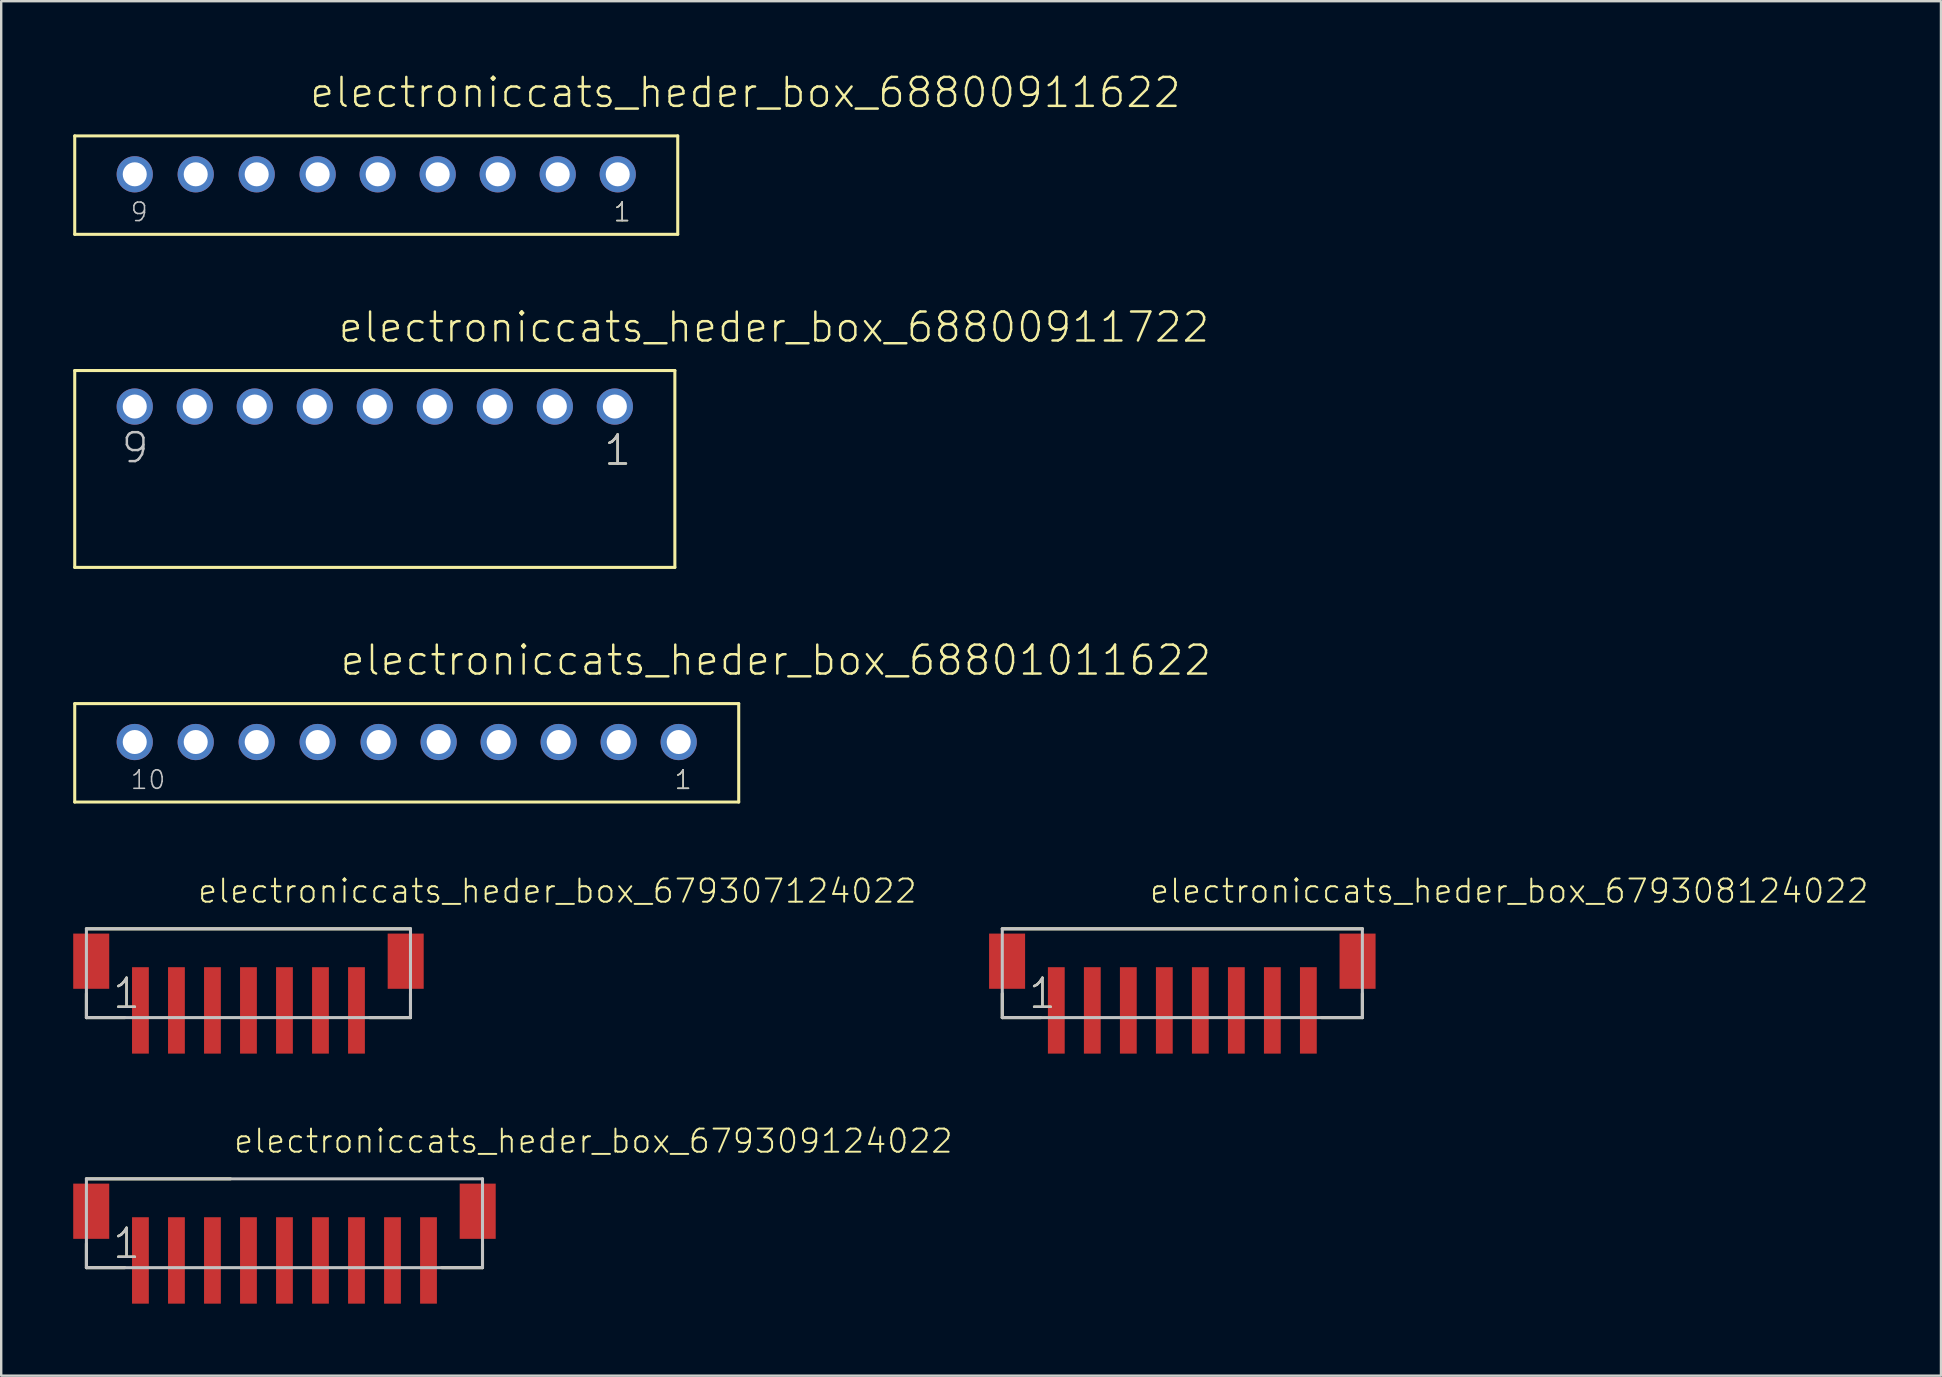
<source format=kicad_pcb>
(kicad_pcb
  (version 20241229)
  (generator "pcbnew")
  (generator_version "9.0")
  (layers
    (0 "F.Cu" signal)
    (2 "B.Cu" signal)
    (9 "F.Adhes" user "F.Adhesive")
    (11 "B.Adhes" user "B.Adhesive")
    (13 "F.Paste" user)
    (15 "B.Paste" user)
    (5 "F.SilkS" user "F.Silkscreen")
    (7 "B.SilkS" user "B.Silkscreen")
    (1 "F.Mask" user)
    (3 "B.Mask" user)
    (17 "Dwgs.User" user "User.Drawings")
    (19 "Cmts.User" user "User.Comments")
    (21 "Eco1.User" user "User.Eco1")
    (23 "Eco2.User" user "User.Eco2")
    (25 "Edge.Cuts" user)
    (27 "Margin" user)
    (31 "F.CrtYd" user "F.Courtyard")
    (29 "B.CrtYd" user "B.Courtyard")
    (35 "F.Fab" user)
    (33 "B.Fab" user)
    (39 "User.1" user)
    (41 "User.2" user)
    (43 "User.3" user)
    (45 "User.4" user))
  (footprint "electroniccats_heder_box_679309124022"
    (layer "F.Cu")
    (at 8.8 49.457)
    (property "Reference" "electroniccats_heder_box_679309124022" (at -2.165 -4.407 0) (layer "F.SilkS") (effects (font (size 0.965 0.965) (thickness 0.081)) (justify left bottom)))
    (attr through_hole)
    (fp_line (start -8.25 -3.4) (end -2.25 -3.4) (stroke (width 0.127) (type solid)) (layer "F.SilkS"))
    (fp_line (start -8.25 -0.7) (end -8.25 0.3) (stroke (width 0.127) (type solid)) (layer "F.SilkS"))
    (fp_line (start -8.25 0.3) (end -6.65 0.3) (stroke (width 0.127) (type solid)) (layer "F.SilkS"))
    (fp_line (start 6.55 0.3) (end 8.25 0.3) (stroke (width 0.127) (type solid)) (layer "F.SilkS"))
    (fp_line (start 8.25 0.3) (end 8.25 -0.7) (stroke (width 0.127) (type solid)) (layer "F.SilkS"))
    (fp_line (start -8.25 -3.4) (end -8.25 0.3) (stroke (width 0.127) (type solid)) (layer "Dwgs.User"))
    (fp_line (start -8.25 0.3) (end 8.25 0.3) (stroke (width 0.127) (type solid)) (layer "Dwgs.User"))
    (fp_line (start 8.25 -3.4) (end -8.25 -3.4) (stroke (width 0.127) (type solid)) (layer "Dwgs.User"))
    (fp_line (start 8.25 0.3) (end 8.25 -3.4) (stroke (width 0.127) (type solid)) (layer "Dwgs.User"))
    (fp_text user "1" (at -7.22 0 0) (layer "F.SilkS") (effects (font (size 1.206 1.206) (thickness 0.102)) (justify left bottom)))
    (fp_text user "1" (at -7.22 0 0) (layer "Dwgs.User") (effects (font (size 1.206 1.206) (thickness 0.102)) (justify left bottom)))
    (pad "1" smd rect (at -6 0) (size 0.7 3.6) (layers "F.Cu" "F.Mask" "F.Paste"))
    (pad "2" smd rect (at -4.5 0) (size 0.7 3.6) (layers "F.Cu" "F.Mask" "F.Paste"))
    (pad "3" smd rect (at -3 0) (size 0.7 3.6) (layers "F.Cu" "F.Mask" "F.Paste"))
    (pad "4" smd rect (at -1.5 0) (size 0.7 3.6) (layers "F.Cu" "F.Mask" "F.Paste"))
    (pad "5" smd rect (at 0 0) (size 0.7 3.6) (layers "F.Cu" "F.Mask" "F.Paste"))
    (pad "6" smd rect (at 1.5 0) (size 0.7 3.6) (layers "F.Cu" "F.Mask" "F.Paste"))
    (pad "7" smd rect (at 3 0) (size 0.7 3.6) (layers "F.Cu" "F.Mask" "F.Paste"))
    (pad "8" smd rect (at 4.5 0) (size 0.7 3.6) (layers "F.Cu" "F.Mask" "F.Paste"))
    (pad "9" smd rect (at 6 0) (size 0.7 3.6) (layers "F.Cu" "F.Mask" "F.Paste"))
    (pad "Z1" smd rect (at -8.05 -2.05 90) (size 2.3 1.5) (layers "F.Cu" "F.Mask" "F.Paste"))
    (pad "Z2" smd rect (at 8.05 -2.05 90) (size 2.3 1.5) (layers "F.Cu" "F.Mask" "F.Paste")))
  (footprint "electroniccats_heder_box_679307124022"
    (layer "F.Cu")
    (at 7.3 39.041)
    (property "Reference" "electroniccats_heder_box_679307124022" (at -2.165 -4.407 0) (layer "F.SilkS") (effects (font (size 0.965 0.965) (thickness 0.081)) (justify left bottom)))
    (attr through_hole)
    (fp_line (start -6.75 -3.4) (end 6.75 -3.4) (stroke (width 0.127) (type solid)) (layer "F.SilkS"))
    (fp_line (start -6.75 -0.7) (end -6.75 0.3) (stroke (width 0.127) (type solid)) (layer "F.SilkS"))
    (fp_line (start -6.75 0.3) (end -5.15 0.3) (stroke (width 0.127) (type solid)) (layer "F.SilkS"))
    (fp_line (start 5.05 0.3) (end 6.75 0.3) (stroke (width 0.127) (type solid)) (layer "F.SilkS"))
    (fp_line (start 6.75 0.3) (end 6.75 -0.7) (stroke (width 0.127) (type solid)) (layer "F.SilkS"))
    (fp_line (start -6.75 -3.4) (end -6.75 0.3) (stroke (width 0.127) (type solid)) (layer "Dwgs.User"))
    (fp_line (start -6.75 0.3) (end 6.75 0.3) (stroke (width 0.127) (type solid)) (layer "Dwgs.User"))
    (fp_line (start 6.75 -3.4) (end -6.75 -3.4) (stroke (width 0.127) (type solid)) (layer "Dwgs.User"))
    (fp_line (start 6.75 0.3) (end 6.75 -3.4) (stroke (width 0.127) (type solid)) (layer "Dwgs.User"))
    (fp_text user "1" (at -5.72 0 0) (layer "F.SilkS") (effects (font (size 1.206 1.206) (thickness 0.102)) (justify left bottom)))
    (fp_text user "1" (at -5.72 0 0) (layer "Dwgs.User") (effects (font (size 1.206 1.206) (thickness 0.102)) (justify left bottom)))
    (pad "1" smd rect (at -4.5 0) (size 0.7 3.6) (layers "F.Cu" "F.Mask" "F.Paste"))
    (pad "2" smd rect (at -3 0) (size 0.7 3.6) (layers "F.Cu" "F.Mask" "F.Paste"))
    (pad "3" smd rect (at -1.5 0) (size 0.7 3.6) (layers "F.Cu" "F.Mask" "F.Paste"))
    (pad "4" smd rect (at 0 0) (size 0.7 3.6) (layers "F.Cu" "F.Mask" "F.Paste"))
    (pad "5" smd rect (at 1.5 0) (size 0.7 3.6) (layers "F.Cu" "F.Mask" "F.Paste"))
    (pad "6" smd rect (at 3 0) (size 0.7 3.6) (layers "F.Cu" "F.Mask" "F.Paste"))
    (pad "7" smd rect (at 4.5 0) (size 0.7 3.6) (layers "F.Cu" "F.Mask" "F.Paste"))
    (pad "Z1" smd rect (at -6.55 -2.05 90) (size 2.3 1.5) (layers "F.Cu" "F.Mask" "F.Paste"))
    (pad "Z2" smd rect (at 6.55 -2.05 90) (size 2.3 1.5) (layers "F.Cu" "F.Mask" "F.Paste")))
  (footprint "electroniccats_heder_box_68800911622"
    (layer "F.Cu")
    (at 12.623 4.211)
    (property "Reference" "electroniccats_heder_box_68800911622" (at -2.835 -2.7 0) (layer "F.SilkS") (effects (font (size 1.206 1.206) (thickness 0.102)) (justify left bottom)))
    (attr through_hole)
    (fp_line (start -12.56 -1.6) (end 12.56 -1.6) (stroke (width 0.127) (type solid)) (layer "F.SilkS"))
    (fp_line (start -12.56 2.5) (end -12.56 -1.6) (stroke (width 0.127) (type solid)) (layer "F.SilkS"))
    (fp_line (start 12.56 -1.6) (end 12.56 2.5) (stroke (width 0.127) (type solid)) (layer "F.SilkS"))
    (fp_line (start 12.56 2.5) (end -12.56 2.5) (stroke (width 0.127) (type solid)) (layer "F.SilkS"))
    (fp_text user "1" (at 9.835 2.025 0) (layer "F.SilkS") (effects (font (size 0.772 0.772) (thickness 0.065)) (justify left bottom)))
    (fp_text user "9" (at -10.285 2.025 0) (layer "Dwgs.User") (effects (font (size 0.772 0.772) (thickness 0.065)) (justify left bottom)))
    (fp_text user "1" (at 9.835 2.025 0) (layer "Dwgs.User") (effects (font (size 0.772 0.772) (thickness 0.065)) (justify left bottom)))
    (pad "1" thru_hole circle (at 10.06 0) (size 1.508 1.508) (drill 1) (layers "*.Cu" "*.Mask"))
    (pad "2" thru_hole circle (at 7.56 0) (size 1.508 1.508) (drill 1) (layers "*.Cu" "*.Mask"))
    (pad "3" thru_hole circle (at 5.06 0) (size 1.508 1.508) (drill 1) (layers "*.Cu" "*.Mask"))
    (pad "4" thru_hole circle (at 2.56 0) (size 1.508 1.508) (drill 1) (layers "*.Cu" "*.Mask"))
    (pad "5" thru_hole circle (at 0.06 0) (size 1.508 1.508) (drill 1) (layers "*.Cu" "*.Mask"))
    (pad "6" thru_hole circle (at -2.44 0) (size 1.508 1.508) (drill 1) (layers "*.Cu" "*.Mask"))
    (pad "7" thru_hole circle (at -4.98 0) (size 1.508 1.508) (drill 1) (layers "*.Cu" "*.Mask"))
    (pad "8" thru_hole circle (at -7.52 0) (size 1.508 1.508) (drill 1) (layers "*.Cu" "*.Mask"))
    (pad "9" thru_hole circle (at -10.06 0) (size 1.508 1.508) (drill 1) (layers "*.Cu" "*.Mask")))
  (footprint "electroniccats_heder_box_679308124022"
    (layer "F.Cu")
    (at 46.203 39.041)
    (property "Reference" "electroniccats_heder_box_679308124022" (at -1.415 -4.407 0) (layer "F.SilkS") (effects (font (size 0.965 0.965) (thickness 0.081)) (justify left bottom)))
    (attr through_hole)
    (fp_line (start -7.5 -3.4) (end 7.5 -3.4) (stroke (width 0.127) (type solid)) (layer "F.SilkS"))
    (fp_line (start -7.5 -0.7) (end -7.5 0.3) (stroke (width 0.127) (type solid)) (layer "F.SilkS"))
    (fp_line (start -7.5 0.3) (end -5.9 0.3) (stroke (width 0.127) (type solid)) (layer "F.SilkS"))
    (fp_line (start 5.8 0.3) (end 7.5 0.3) (stroke (width 0.127) (type solid)) (layer "F.SilkS"))
    (fp_line (start 7.5 0.3) (end 7.5 -0.7) (stroke (width 0.127) (type solid)) (layer "F.SilkS"))
    (fp_line (start -7.5 -3.4) (end -7.5 0.3) (stroke (width 0.127) (type solid)) (layer "Dwgs.User"))
    (fp_line (start -7.5 0.3) (end 7.5 0.3) (stroke (width 0.127) (type solid)) (layer "Dwgs.User"))
    (fp_line (start 7.5 -3.4) (end -7.5 -3.4) (stroke (width 0.127) (type solid)) (layer "Dwgs.User"))
    (fp_line (start 7.5 0.3) (end 7.5 -3.4) (stroke (width 0.127) (type solid)) (layer "Dwgs.User"))
    (fp_text user "1" (at -6.47 0 0) (layer "F.SilkS") (effects (font (size 1.206 1.206) (thickness 0.102)) (justify left bottom)))
    (fp_text user "1" (at -6.47 0 0) (layer "Dwgs.User") (effects (font (size 1.206 1.206) (thickness 0.102)) (justify left bottom)))
    (pad "1" smd rect (at -5.25 0) (size 0.7 3.6) (layers "F.Cu" "F.Mask" "F.Paste"))
    (pad "2" smd rect (at -3.75 0) (size 0.7 3.6) (layers "F.Cu" "F.Mask" "F.Paste"))
    (pad "3" smd rect (at -2.25 0) (size 0.7 3.6) (layers "F.Cu" "F.Mask" "F.Paste"))
    (pad "4" smd rect (at -0.75 0) (size 0.7 3.6) (layers "F.Cu" "F.Mask" "F.Paste"))
    (pad "5" smd rect (at 0.75 0) (size 0.7 3.6) (layers "F.Cu" "F.Mask" "F.Paste"))
    (pad "6" smd rect (at 2.25 0) (size 0.7 3.6) (layers "F.Cu" "F.Mask" "F.Paste"))
    (pad "7" smd rect (at 3.75 0) (size 0.7 3.6) (layers "F.Cu" "F.Mask" "F.Paste"))
    (pad "8" smd rect (at 5.25 0) (size 0.7 3.6) (layers "F.Cu" "F.Mask" "F.Paste"))
    (pad "Z1" smd rect (at -7.3 -2.05 90) (size 2.3 1.5) (layers "F.Cu" "F.Mask" "F.Paste"))
    (pad "Z2" smd rect (at 7.3 -2.05 90) (size 2.3 1.5) (layers "F.Cu" "F.Mask" "F.Paste")))
  (footprint "electroniccats_heder_box_68800911722"
    (layer "F.Cu")
    (at 12.563 13.886)
    (property "Reference" "electroniccats_heder_box_68800911722" (at -1.585 -2.6 0) (layer "F.SilkS") (effects (font (size 1.206 1.206) (thickness 0.102)) (justify left bottom)))
    (attr through_hole)
    (fp_line (start -12.5 -1.5) (end 12.5 -1.5) (stroke (width 0.127) (type solid)) (layer "F.SilkS"))
    (fp_line (start -12.5 6.7) (end -12.5 -1.5) (stroke (width 0.127) (type solid)) (layer "F.SilkS"))
    (fp_line (start 12.5 -1.5) (end 12.5 6.7) (stroke (width 0.127) (type solid)) (layer "F.SilkS"))
    (fp_line (start 12.5 6.7) (end -12.5 6.7) (stroke (width 0.127) (type solid)) (layer "F.SilkS"))
    (fp_text user "1" (at 9.475 2.525 0) (layer "F.SilkS") (effects (font (size 1.206 1.206) (thickness 0.102)) (justify left bottom)))
    (fp_text user "1" (at 9.475 2.525 0) (layer "Dwgs.User") (effects (font (size 1.206 1.206) (thickness 0.102)) (justify left bottom)))
    (fp_text user "9" (at -10.625 2.425 0) (layer "Dwgs.User") (effects (font (size 1.206 1.206) (thickness 0.102)) (justify left bottom)))
    (pad "1" thru_hole circle (at 10 0) (size 1.508 1.508) (drill 1) (layers "*.Cu" "*.Mask"))
    (pad "2" thru_hole circle (at 7.5 0) (size 1.508 1.508) (drill 1) (layers "*.Cu" "*.Mask"))
    (pad "3" thru_hole circle (at 5 0) (size 1.508 1.508) (drill 1) (layers "*.Cu" "*.Mask"))
    (pad "4" thru_hole circle (at 2.5 0) (size 1.508 1.508) (drill 1) (layers "*.Cu" "*.Mask"))
    (pad "5" thru_hole circle (at 0 0) (size 1.508 1.508) (drill 1) (layers "*.Cu" "*.Mask"))
    (pad "6" thru_hole circle (at -2.5 0) (size 1.508 1.508) (drill 1) (layers "*.Cu" "*.Mask"))
    (pad "7" thru_hole circle (at -5 0) (size 1.508 1.508) (drill 1) (layers "*.Cu" "*.Mask"))
    (pad "8" thru_hole circle (at -7.5 0) (size 1.508 1.508) (drill 1) (layers "*.Cu" "*.Mask"))
    (pad "9" thru_hole circle (at -10 0) (size 1.508 1.508) (drill 1) (layers "*.Cu" "*.Mask")))
  (footprint "electroniccats_heder_box_68801011622"
    (layer "F.Cu")
    (at 13.893 27.861)
    (property "Reference" "electroniccats_heder_box_68801011622" (at -2.835 -2.7 0) (layer "F.SilkS") (effects (font (size 1.206 1.206) (thickness 0.102)) (justify left bottom)))
    (attr through_hole)
    (fp_line (start -13.83 -1.6) (end 13.83 -1.6) (stroke (width 0.127) (type solid)) (layer "F.SilkS"))
    (fp_line (start -13.83 2.5) (end -13.83 -1.6) (stroke (width 0.127) (type solid)) (layer "F.SilkS"))
    (fp_line (start 13.83 -1.6) (end 13.83 2.5) (stroke (width 0.127) (type solid)) (layer "F.SilkS"))
    (fp_line (start 13.83 2.5) (end -13.83 2.5) (stroke (width 0.127) (type solid)) (layer "F.SilkS"))
    (fp_text user "1" (at 11.105 2.025 0) (layer "F.SilkS") (effects (font (size 0.772 0.772) (thickness 0.065)) (justify left bottom)))
    (fp_text user "10" (at -11.555 2.025 0) (layer "Dwgs.User") (effects (font (size 0.772 0.772) (thickness 0.065)) (justify left bottom)))
    (fp_text user "1" (at 11.105 2.025 0) (layer "Dwgs.User") (effects (font (size 0.772 0.772) (thickness 0.065)) (justify left bottom)))
    (pad "1" thru_hole circle (at 11.33 0) (size 1.508 1.508) (drill 1) (layers "*.Cu" "*.Mask"))
    (pad "2" thru_hole circle (at 8.83 0) (size 1.508 1.508) (drill 1) (layers "*.Cu" "*.Mask"))
    (pad "3" thru_hole circle (at 6.33 0) (size 1.508 1.508) (drill 1) (layers "*.Cu" "*.Mask"))
    (pad "4" thru_hole circle (at 3.83 0) (size 1.508 1.508) (drill 1) (layers "*.Cu" "*.Mask"))
    (pad "5" thru_hole circle (at 1.33 0) (size 1.508 1.508) (drill 1) (layers "*.Cu" "*.Mask"))
    (pad "6" thru_hole circle (at -1.17 0) (size 1.508 1.508) (drill 1) (layers "*.Cu" "*.Mask"))
    (pad "7" thru_hole circle (at -3.71 0) (size 1.508 1.508) (drill 1) (layers "*.Cu" "*.Mask"))
    (pad "8" thru_hole circle (at -6.25 0) (size 1.508 1.508) (drill 1) (layers "*.Cu" "*.Mask"))
    (pad "9" thru_hole circle (at -8.79 0) (size 1.508 1.508) (drill 1) (layers "*.Cu" "*.Mask"))
    (pad "10" thru_hole circle (at -11.33 0) (size 1.508 1.508) (drill 1) (layers "*.Cu" "*.Mask")))
  (gr_rect
    (start -3 -3)
    (end 77.806 54.257)
    (stroke (width 0.1) (type default))
    (fill no)
    (layer "Edge.Cuts")))
</source>
